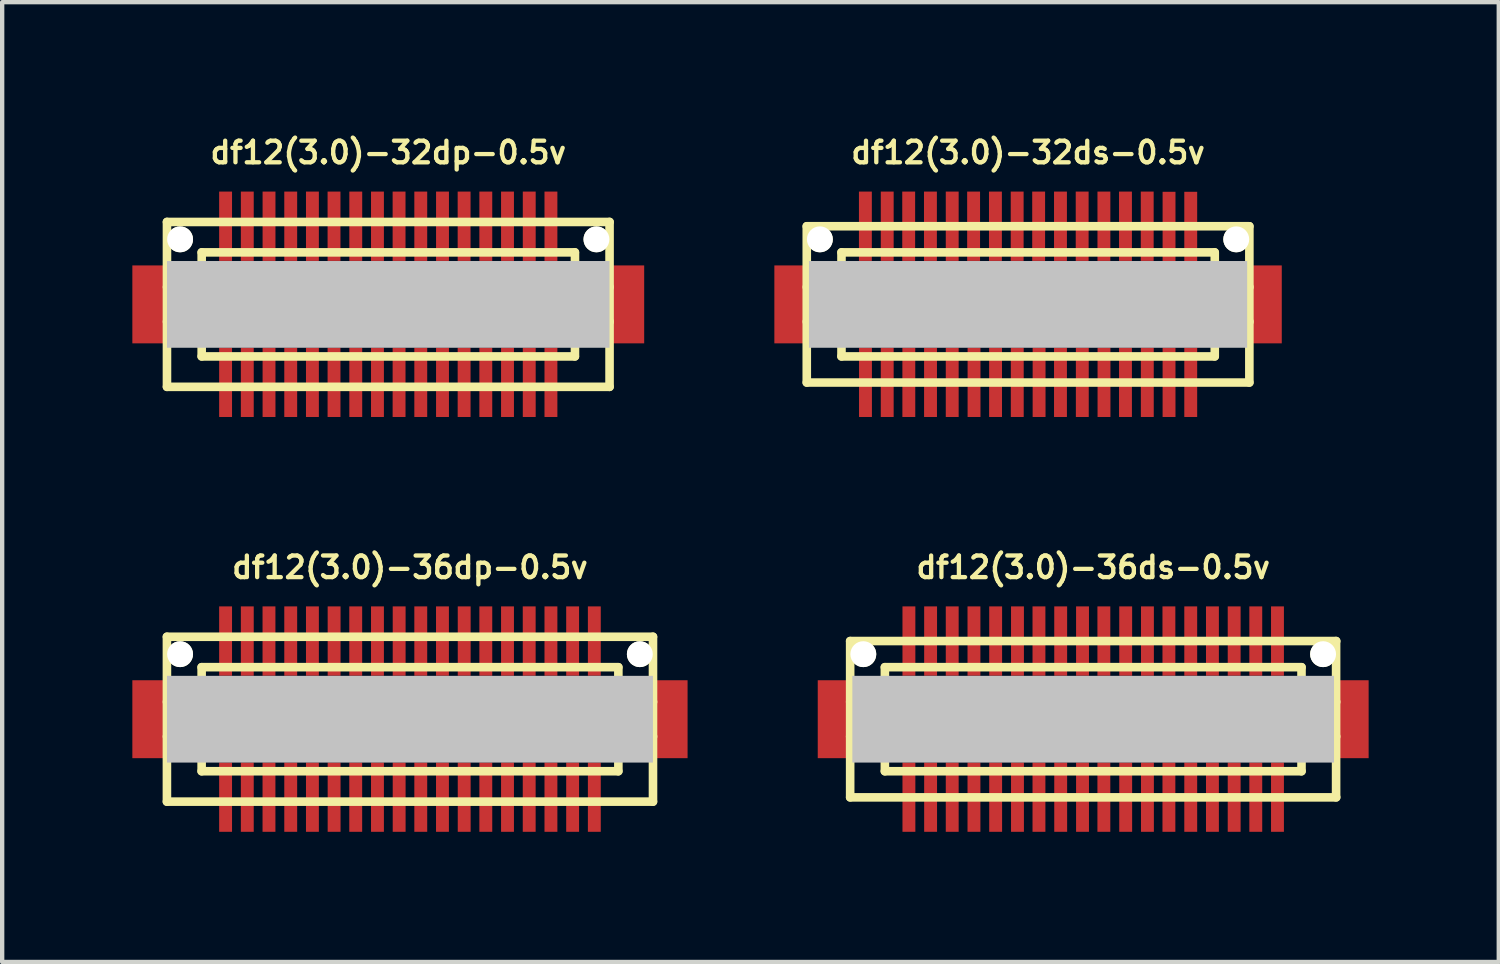
<source format=kicad_pcb>
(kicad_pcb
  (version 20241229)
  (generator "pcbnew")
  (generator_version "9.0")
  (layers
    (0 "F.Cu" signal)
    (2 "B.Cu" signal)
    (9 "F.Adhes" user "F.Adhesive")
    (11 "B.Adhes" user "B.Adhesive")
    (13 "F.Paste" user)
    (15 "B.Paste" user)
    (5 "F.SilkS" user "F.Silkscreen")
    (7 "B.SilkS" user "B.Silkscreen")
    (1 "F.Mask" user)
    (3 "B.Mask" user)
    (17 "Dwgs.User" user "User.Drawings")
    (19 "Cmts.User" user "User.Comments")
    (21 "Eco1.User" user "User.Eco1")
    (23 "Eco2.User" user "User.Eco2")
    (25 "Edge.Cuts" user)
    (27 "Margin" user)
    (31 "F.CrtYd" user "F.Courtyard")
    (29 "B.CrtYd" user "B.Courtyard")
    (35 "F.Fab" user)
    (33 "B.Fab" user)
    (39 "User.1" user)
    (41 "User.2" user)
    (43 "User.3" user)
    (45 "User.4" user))
  (footprint "df12(3.0)-36ds-0.5v"
    (layer "F.Cu")
    (at 22.144 13.525)
    (property "Reference" "df12(3.0)-36ds-0.5v" (at 0 -3.5 0) (layer "F.SilkS") (effects (font (size 0.498 0.498) (thickness 0.099))))
    (attr smd)
    (fp_line (start -5.601 -1.801) (end 5.601 -1.801) (stroke (width 0.198) (type solid)) (layer "F.SilkS"))
    (fp_line (start -5.601 1.801) (end -5.601 -1.801) (stroke (width 0.198) (type solid)) (layer "F.SilkS"))
    (fp_line (start -5.601 1.801) (end 5.601 1.801) (stroke (width 0.198) (type solid)) (layer "F.SilkS"))
    (fp_line (start -4.801 -1.199) (end 4.801 -1.199) (stroke (width 0.198) (type solid)) (layer "F.SilkS"))
    (fp_line (start -4.801 -0.701) (end 4.801 -0.701) (stroke (width 0.198) (type solid)) (layer "F.SilkS"))
    (fp_line (start -4.801 -0.399) (end -5.601 -0.399) (stroke (width 0.198) (type solid)) (layer "F.SilkS"))
    (fp_line (start -4.801 0.399) (end -5.601 0.399) (stroke (width 0.198) (type solid)) (layer "F.SilkS"))
    (fp_line (start -4.801 0.701) (end 4.801 0.701) (stroke (width 0.198) (type solid)) (layer "F.SilkS"))
    (fp_line (start -4.801 1.199) (end -4.801 -1.199) (stroke (width 0.198) (type solid)) (layer "F.SilkS"))
    (fp_line (start -4.801 1.199) (end 4.801 1.199) (stroke (width 0.198) (type solid)) (layer "F.SilkS"))
    (fp_line (start 4.801 -1.199) (end 4.801 1.199) (stroke (width 0.198) (type solid)) (layer "F.SilkS"))
    (fp_line (start 4.801 -0.399) (end 5.601 -0.399) (stroke (width 0.198) (type solid)) (layer "F.SilkS"))
    (fp_line (start 5.598 -1.801) (end 5.598 1.801) (stroke (width 0.198) (type solid)) (layer "F.SilkS"))
    (fp_line (start 5.601 0.399) (end 4.801 0.399) (stroke (width 0.198) (type solid)) (layer "F.SilkS"))
    (pad "" smd rect (at -5.949 0) (size 0.798 1.796) (layers "F.Cu" "F.Mask" "F.Paste"))
    (pad "" np_thru_hole circle (at -5.298 -1.499) (size 0.597 0.597) (drill 0.597) (layers "*.Cu" "*.Mask" "F.SilkS"))
    (pad "" smd rect (at 0 0) (size 11.1 1.999) (layers "Dwgs.User"))
    (pad "" np_thru_hole circle (at 5.298 -1.499) (size 0.597 0.597) (drill 0.597) (layers "*.Cu" "*.Mask" "F.SilkS"))
    (pad "" smd rect (at 5.949 0) (size 0.798 1.796) (layers "F.Cu" "F.Mask" "F.Paste"))
    (pad "1" smd rect (at -4.247 1.796) (size 0.297 1.598) (layers "F.Cu" "F.Mask" "F.Paste"))
    (pad "2" smd rect (at -3.747 1.796) (size 0.297 1.598) (layers "F.Cu" "F.Mask" "F.Paste"))
    (pad "3" smd rect (at -3.249 1.796) (size 0.297 1.598) (layers "F.Cu" "F.Mask" "F.Paste"))
    (pad "4" smd rect (at -2.748 1.796) (size 0.297 1.598) (layers "F.Cu" "F.Mask" "F.Paste"))
    (pad "5" smd rect (at -2.248 1.796) (size 0.297 1.598) (layers "F.Cu" "F.Mask" "F.Paste"))
    (pad "6" smd rect (at -1.745 1.796) (size 0.297 1.598) (layers "F.Cu" "F.Mask" "F.Paste"))
    (pad "7" smd rect (at -1.25 1.796) (size 0.297 1.598) (layers "F.Cu" "F.Mask" "F.Paste"))
    (pad "8" smd rect (at -0.749 1.796) (size 0.297 1.598) (layers "F.Cu" "F.Mask" "F.Paste"))
    (pad "9" smd rect (at -0.246 1.796) (size 0.297 1.598) (layers "F.Cu" "F.Mask" "F.Paste"))
    (pad "10" smd rect (at 0.246 1.796) (size 0.297 1.598) (layers "F.Cu" "F.Mask" "F.Paste"))
    (pad "11" smd rect (at 0.749 1.796) (size 0.297 1.598) (layers "F.Cu" "F.Mask" "F.Paste"))
    (pad "12" smd rect (at 1.25 1.796) (size 0.297 1.598) (layers "F.Cu" "F.Mask" "F.Paste"))
    (pad "13" smd rect (at 1.745 1.796) (size 0.297 1.598) (layers "F.Cu" "F.Mask" "F.Paste"))
    (pad "14" smd rect (at 2.248 1.796) (size 0.297 1.598) (layers "F.Cu" "F.Mask" "F.Paste"))
    (pad "15" smd rect (at 2.748 1.796) (size 0.297 1.598) (layers "F.Cu" "F.Mask" "F.Paste"))
    (pad "16" smd rect (at 3.249 1.796) (size 0.297 1.598) (layers "F.Cu" "F.Mask" "F.Paste"))
    (pad "17" smd rect (at 3.747 1.796) (size 0.297 1.598) (layers "F.Cu" "F.Mask" "F.Paste"))
    (pad "18" smd rect (at 4.247 1.796) (size 0.297 1.598) (layers "F.Cu" "F.Mask" "F.Paste"))
    (pad "19" smd rect (at 4.247 -1.801) (size 0.297 1.598) (layers "F.Cu" "F.Mask" "F.Paste"))
    (pad "20" smd rect (at 3.747 -1.801) (size 0.297 1.598) (layers "F.Cu" "F.Mask" "F.Paste"))
    (pad "21" smd rect (at 3.249 -1.801) (size 0.297 1.598) (layers "F.Cu" "F.Mask" "F.Paste"))
    (pad "22" smd rect (at 2.748 -1.801) (size 0.297 1.598) (layers "F.Cu" "F.Mask" "F.Paste"))
    (pad "23" smd rect (at 2.248 -1.801) (size 0.297 1.598) (layers "F.Cu" "F.Mask" "F.Paste"))
    (pad "24" smd rect (at 1.745 -1.801) (size 0.297 1.598) (layers "F.Cu" "F.Mask" "F.Paste"))
    (pad "25" smd rect (at 1.25 -1.801) (size 0.297 1.598) (layers "F.Cu" "F.Mask" "F.Paste"))
    (pad "26" smd rect (at 0.749 -1.801) (size 0.297 1.598) (layers "F.Cu" "F.Mask" "F.Paste"))
    (pad "27" smd rect (at 0.246 -1.801) (size 0.297 1.598) (layers "F.Cu" "F.Mask" "F.Paste"))
    (pad "28" smd rect (at -0.246 -1.801) (size 0.297 1.598) (layers "F.Cu" "F.Mask" "F.Paste"))
    (pad "29" smd rect (at -0.749 -1.801) (size 0.297 1.598) (layers "F.Cu" "F.Mask" "F.Paste"))
    (pad "30" smd rect (at -1.25 -1.801) (size 0.297 1.598) (layers "F.Cu" "F.Mask" "F.Paste"))
    (pad "31" smd rect (at -1.745 -1.801) (size 0.297 1.598) (layers "F.Cu" "F.Mask" "F.Paste"))
    (pad "32" smd rect (at -2.248 -1.801) (size 0.297 1.598) (layers "F.Cu" "F.Mask" "F.Paste"))
    (pad "33" smd rect (at -2.748 -1.801) (size 0.297 1.598) (layers "F.Cu" "F.Mask" "F.Paste"))
    (pad "34" smd rect (at -3.249 -1.801) (size 0.297 1.598) (layers "F.Cu" "F.Mask" "F.Paste"))
    (pad "35" smd rect (at -3.747 -1.801) (size 0.297 1.598) (layers "F.Cu" "F.Mask" "F.Paste"))
    (pad "36" smd rect (at -4.247 -1.801) (size 0.297 1.598) (layers "F.Cu" "F.Mask" "F.Paste")))
  (footprint "df12(3.0)-32dp-0.5v"
    (layer "F.Cu")
    (at 5.898 3.965)
    (property "Reference" "df12(3.0)-32dp-0.5v" (at 0 -3.5 0) (layer "F.SilkS") (effects (font (size 0.498 0.498) (thickness 0.099))))
    (attr smd)
    (fp_line (start -5.1 -1.9) (end -5.1 1.9) (stroke (width 0.198) (type solid)) (layer "F.SilkS"))
    (fp_line (start -5.1 -1.9) (end 5.1 -1.9) (stroke (width 0.198) (type solid)) (layer "F.SilkS"))
    (fp_line (start -4.3 -0.399) (end -5.1 -0.399) (stroke (width 0.198) (type solid)) (layer "F.SilkS"))
    (fp_line (start -4.3 0.399) (end -5.1 0.399) (stroke (width 0.198) (type solid)) (layer "F.SilkS"))
    (fp_line (start -4.3 1.199) (end -4.3 -1.199) (stroke (width 0.198) (type solid)) (layer "F.SilkS"))
    (fp_line (start -4.3 1.199) (end 4.3 1.199) (stroke (width 0.198) (type solid)) (layer "F.SilkS"))
    (fp_line (start 4.3 -1.199) (end -4.3 -1.199) (stroke (width 0.198) (type solid)) (layer "F.SilkS"))
    (fp_line (start 4.303 -1.199) (end 4.303 1.199) (stroke (width 0.198) (type solid)) (layer "F.SilkS"))
    (fp_line (start 4.303 -0.399) (end 5.103 -0.399) (stroke (width 0.198) (type solid)) (layer "F.SilkS"))
    (fp_line (start 5.1 1.9) (end -5.1 1.9) (stroke (width 0.198) (type solid)) (layer "F.SilkS"))
    (fp_line (start 5.1 1.9) (end 5.1 -1.9) (stroke (width 0.198) (type solid)) (layer "F.SilkS"))
    (fp_line (start 5.103 0.399) (end 4.303 0.399) (stroke (width 0.198) (type solid)) (layer "F.SilkS"))
    (pad "" smd rect (at -5.499 0) (size 0.798 1.796) (layers "F.Cu" "F.Mask" "F.Paste"))
    (pad "" np_thru_hole circle (at -4.798 -1.499) (size 0.597 0.597) (drill 0.597) (layers "*.Cu" "*.Mask" "F.SilkS"))
    (pad "" smd rect (at 0 0) (size 10.198 1.999) (layers "Dwgs.User"))
    (pad "" np_thru_hole circle (at 4.798 -1.499) (size 0.597 0.597) (drill 0.597) (layers "*.Cu" "*.Mask" "F.SilkS"))
    (pad "" smd rect (at 5.499 0) (size 0.798 1.796) (layers "F.Cu" "F.Mask" "F.Paste"))
    (pad "1" smd rect (at 3.749 1.796) (size 0.297 1.598) (layers "F.Cu" "F.Mask" "F.Paste"))
    (pad "2" smd rect (at 3.249 1.796) (size 0.297 1.598) (layers "F.Cu" "F.Mask" "F.Paste"))
    (pad "3" smd rect (at 2.748 1.796) (size 0.297 1.598) (layers "F.Cu" "F.Mask" "F.Paste"))
    (pad "4" smd rect (at 2.248 1.796) (size 0.297 1.598) (layers "F.Cu" "F.Mask" "F.Paste"))
    (pad "5" smd rect (at 1.748 1.796) (size 0.297 1.598) (layers "F.Cu" "F.Mask" "F.Paste"))
    (pad "6" smd rect (at 1.25 1.796) (size 0.297 1.598) (layers "F.Cu" "F.Mask" "F.Paste"))
    (pad "7" smd rect (at 0.749 1.796) (size 0.297 1.598) (layers "F.Cu" "F.Mask" "F.Paste"))
    (pad "8" smd rect (at 0.249 1.796) (size 0.297 1.598) (layers "F.Cu" "F.Mask" "F.Paste"))
    (pad "9" smd rect (at -0.249 1.796) (size 0.297 1.598) (layers "F.Cu" "F.Mask" "F.Paste"))
    (pad "10" smd rect (at -0.749 1.796) (size 0.297 1.598) (layers "F.Cu" "F.Mask" "F.Paste"))
    (pad "11" smd rect (at -1.25 1.796) (size 0.297 1.598) (layers "F.Cu" "F.Mask" "F.Paste"))
    (pad "12" smd rect (at -1.748 1.796) (size 0.297 1.598) (layers "F.Cu" "F.Mask" "F.Paste"))
    (pad "13" smd rect (at -2.248 1.796) (size 0.297 1.598) (layers "F.Cu" "F.Mask" "F.Paste"))
    (pad "14" smd rect (at -2.748 1.796) (size 0.297 1.598) (layers "F.Cu" "F.Mask" "F.Paste"))
    (pad "15" smd rect (at -3.249 1.796) (size 0.297 1.598) (layers "F.Cu" "F.Mask" "F.Paste"))
    (pad "16" smd rect (at -3.749 1.796) (size 0.297 1.598) (layers "F.Cu" "F.Mask" "F.Paste"))
    (pad "17" smd rect (at -3.749 -1.801) (size 0.297 1.598) (layers "F.Cu" "F.Mask" "F.Paste"))
    (pad "18" smd rect (at -3.249 -1.801) (size 0.297 1.598) (layers "F.Cu" "F.Mask" "F.Paste"))
    (pad "19" smd rect (at -2.748 -1.801) (size 0.297 1.598) (layers "F.Cu" "F.Mask" "F.Paste"))
    (pad "20" smd rect (at -2.248 -1.801) (size 0.297 1.598) (layers "F.Cu" "F.Mask" "F.Paste"))
    (pad "21" smd rect (at -1.748 -1.801) (size 0.297 1.598) (layers "F.Cu" "F.Mask" "F.Paste"))
    (pad "22" smd rect (at -1.25 -1.801) (size 0.297 1.598) (layers "F.Cu" "F.Mask" "F.Paste"))
    (pad "23" smd rect (at -0.749 -1.801) (size 0.297 1.598) (layers "F.Cu" "F.Mask" "F.Paste"))
    (pad "24" smd rect (at -0.249 -1.801) (size 0.297 1.598) (layers "F.Cu" "F.Mask" "F.Paste"))
    (pad "25" smd rect (at 0.249 -1.801) (size 0.297 1.598) (layers "F.Cu" "F.Mask" "F.Paste"))
    (pad "26" smd rect (at 0.749 -1.801) (size 0.297 1.598) (layers "F.Cu" "F.Mask" "F.Paste"))
    (pad "27" smd rect (at 1.25 -1.801) (size 0.297 1.598) (layers "F.Cu" "F.Mask" "F.Paste"))
    (pad "28" smd rect (at 1.748 -1.801) (size 0.297 1.598) (layers "F.Cu" "F.Mask" "F.Paste"))
    (pad "29" smd rect (at 2.248 -1.801) (size 0.297 1.598) (layers "F.Cu" "F.Mask" "F.Paste"))
    (pad "30" smd rect (at 2.748 -1.801) (size 0.297 1.598) (layers "F.Cu" "F.Mask" "F.Paste"))
    (pad "31" smd rect (at 3.249 -1.801) (size 0.297 1.598) (layers "F.Cu" "F.Mask" "F.Paste"))
    (pad "32" smd rect (at 3.749 -1.801) (size 0.297 1.598) (layers "F.Cu" "F.Mask" "F.Paste")))
  (footprint "df12(3.0)-36dp-0.5v"
    (layer "F.Cu")
    (at 6.398 13.525)
    (property "Reference" "df12(3.0)-36dp-0.5v" (at 0 -3.5 0) (layer "F.SilkS") (effects (font (size 0.498 0.498) (thickness 0.099))))
    (attr smd)
    (fp_line (start -5.601 -1.9) (end -5.601 1.9) (stroke (width 0.198) (type solid)) (layer "F.SilkS"))
    (fp_line (start -5.601 -1.9) (end 5.601 -1.9) (stroke (width 0.198) (type solid)) (layer "F.SilkS"))
    (fp_line (start -4.801 -0.399) (end -5.601 -0.399) (stroke (width 0.198) (type solid)) (layer "F.SilkS"))
    (fp_line (start -4.801 0.399) (end -5.601 0.399) (stroke (width 0.198) (type solid)) (layer "F.SilkS"))
    (fp_line (start -4.801 1.199) (end -4.801 -1.199) (stroke (width 0.198) (type solid)) (layer "F.SilkS"))
    (fp_line (start -4.801 1.199) (end 4.801 1.199) (stroke (width 0.198) (type solid)) (layer "F.SilkS"))
    (fp_line (start 4.801 -1.199) (end -4.801 -1.199) (stroke (width 0.198) (type solid)) (layer "F.SilkS"))
    (fp_line (start 4.803 -1.199) (end 4.803 1.199) (stroke (width 0.198) (type solid)) (layer "F.SilkS"))
    (fp_line (start 4.803 -0.399) (end 5.603 -0.399) (stroke (width 0.198) (type solid)) (layer "F.SilkS"))
    (fp_line (start 5.601 1.9) (end -5.601 1.9) (stroke (width 0.198) (type solid)) (layer "F.SilkS"))
    (fp_line (start 5.601 1.9) (end 5.601 -1.9) (stroke (width 0.198) (type solid)) (layer "F.SilkS"))
    (fp_line (start 5.603 0.399) (end 4.803 0.399) (stroke (width 0.198) (type solid)) (layer "F.SilkS"))
    (pad "" smd rect (at -5.999 0) (size 0.798 1.796) (layers "F.Cu" "F.Mask" "F.Paste"))
    (pad "" np_thru_hole circle (at -5.298 -1.499) (size 0.597 0.597) (drill 0.597) (layers "*.Cu" "*.Mask" "F.SilkS"))
    (pad "" smd rect (at 0 0) (size 11.199 1.999) (layers "Dwgs.User"))
    (pad "" np_thru_hole circle (at 5.298 -1.499) (size 0.597 0.597) (drill 0.597) (layers "*.Cu" "*.Mask" "F.SilkS"))
    (pad "" smd rect (at 5.999 0) (size 0.798 1.796) (layers "F.Cu" "F.Mask" "F.Paste"))
    (pad "1" smd rect (at 4.249 1.796) (size 0.297 1.598) (layers "F.Cu" "F.Mask" "F.Paste"))
    (pad "2" smd rect (at 3.749 1.796) (size 0.297 1.598) (layers "F.Cu" "F.Mask" "F.Paste"))
    (pad "3" smd rect (at 3.249 1.796) (size 0.297 1.598) (layers "F.Cu" "F.Mask" "F.Paste"))
    (pad "4" smd rect (at 2.748 1.796) (size 0.297 1.598) (layers "F.Cu" "F.Mask" "F.Paste"))
    (pad "5" smd rect (at 2.248 1.796) (size 0.297 1.598) (layers "F.Cu" "F.Mask" "F.Paste"))
    (pad "6" smd rect (at 1.748 1.796) (size 0.297 1.598) (layers "F.Cu" "F.Mask" "F.Paste"))
    (pad "7" smd rect (at 1.25 1.796) (size 0.297 1.598) (layers "F.Cu" "F.Mask" "F.Paste"))
    (pad "8" smd rect (at 0.749 1.796) (size 0.297 1.598) (layers "F.Cu" "F.Mask" "F.Paste"))
    (pad "9" smd rect (at 0.249 1.796) (size 0.297 1.598) (layers "F.Cu" "F.Mask" "F.Paste"))
    (pad "10" smd rect (at -0.249 1.796) (size 0.297 1.598) (layers "F.Cu" "F.Mask" "F.Paste"))
    (pad "11" smd rect (at -0.749 1.796) (size 0.297 1.598) (layers "F.Cu" "F.Mask" "F.Paste"))
    (pad "12" smd rect (at -1.25 1.796) (size 0.297 1.598) (layers "F.Cu" "F.Mask" "F.Paste"))
    (pad "13" smd rect (at -1.748 1.796) (size 0.297 1.598) (layers "F.Cu" "F.Mask" "F.Paste"))
    (pad "14" smd rect (at -2.248 1.796) (size 0.297 1.598) (layers "F.Cu" "F.Mask" "F.Paste"))
    (pad "15" smd rect (at -2.748 1.796) (size 0.297 1.598) (layers "F.Cu" "F.Mask" "F.Paste"))
    (pad "16" smd rect (at -3.249 1.796) (size 0.297 1.598) (layers "F.Cu" "F.Mask" "F.Paste"))
    (pad "17" smd rect (at -3.749 1.796) (size 0.297 1.598) (layers "F.Cu" "F.Mask" "F.Paste"))
    (pad "18" smd rect (at -4.249 1.796) (size 0.297 1.598) (layers "F.Cu" "F.Mask" "F.Paste"))
    (pad "19" smd rect (at -4.249 -1.801) (size 0.297 1.598) (layers "F.Cu" "F.Mask" "F.Paste"))
    (pad "20" smd rect (at -3.749 -1.801) (size 0.297 1.598) (layers "F.Cu" "F.Mask" "F.Paste"))
    (pad "21" smd rect (at -3.249 -1.801) (size 0.297 1.598) (layers "F.Cu" "F.Mask" "F.Paste"))
    (pad "22" smd rect (at -2.748 -1.801) (size 0.297 1.598) (layers "F.Cu" "F.Mask" "F.Paste"))
    (pad "23" smd rect (at -2.248 -1.801) (size 0.297 1.598) (layers "F.Cu" "F.Mask" "F.Paste"))
    (pad "24" smd rect (at -1.748 -1.801) (size 0.297 1.598) (layers "F.Cu" "F.Mask" "F.Paste"))
    (pad "25" smd rect (at -1.25 -1.801) (size 0.297 1.598) (layers "F.Cu" "F.Mask" "F.Paste"))
    (pad "26" smd rect (at -0.749 -1.801) (size 0.297 1.598) (layers "F.Cu" "F.Mask" "F.Paste"))
    (pad "27" smd rect (at -0.249 -1.801) (size 0.297 1.598) (layers "F.Cu" "F.Mask" "F.Paste"))
    (pad "28" smd rect (at 0.249 -1.801) (size 0.297 1.598) (layers "F.Cu" "F.Mask" "F.Paste"))
    (pad "29" smd rect (at 0.749 -1.801) (size 0.297 1.598) (layers "F.Cu" "F.Mask" "F.Paste"))
    (pad "30" smd rect (at 1.25 -1.801) (size 0.297 1.598) (layers "F.Cu" "F.Mask" "F.Paste"))
    (pad "31" smd rect (at 1.748 -1.801) (size 0.297 1.598) (layers "F.Cu" "F.Mask" "F.Paste"))
    (pad "32" smd rect (at 2.248 -1.801) (size 0.297 1.598) (layers "F.Cu" "F.Mask" "F.Paste"))
    (pad "33" smd rect (at 2.748 -1.801) (size 0.297 1.598) (layers "F.Cu" "F.Mask" "F.Paste"))
    (pad "34" smd rect (at 3.249 -1.801) (size 0.297 1.598) (layers "F.Cu" "F.Mask" "F.Paste"))
    (pad "35" smd rect (at 3.749 -1.801) (size 0.297 1.598) (layers "F.Cu" "F.Mask" "F.Paste"))
    (pad "36" smd rect (at 4.249 -1.801) (size 0.297 1.598) (layers "F.Cu" "F.Mask" "F.Paste")))
  (footprint "df12(3.0)-32ds-0.5v"
    (layer "F.Cu")
    (at 20.643 3.965)
    (property "Reference" "df12(3.0)-32ds-0.5v" (at 0 -3.5 0) (layer "F.SilkS") (effects (font (size 0.498 0.498) (thickness 0.099))))
    (attr smd)
    (fp_line (start -5.1 -1.801) (end 5.1 -1.801) (stroke (width 0.198) (type solid)) (layer "F.SilkS"))
    (fp_line (start -5.1 1.801) (end -5.1 -1.801) (stroke (width 0.198) (type solid)) (layer "F.SilkS"))
    (fp_line (start -4.3 -1.199) (end 4.3 -1.199) (stroke (width 0.198) (type solid)) (layer "F.SilkS"))
    (fp_line (start -4.3 -0.399) (end -5.1 -0.399) (stroke (width 0.198) (type solid)) (layer "F.SilkS"))
    (fp_line (start -4.3 0.399) (end -5.1 0.399) (stroke (width 0.198) (type solid)) (layer "F.SilkS"))
    (fp_line (start -4.3 0.701) (end 4.3 0.701) (stroke (width 0.198) (type solid)) (layer "F.SilkS"))
    (fp_line (start -4.3 1.199) (end -4.3 -1.199) (stroke (width 0.198) (type solid)) (layer "F.SilkS"))
    (fp_line (start 4.3 -0.701) (end -4.3 -0.701) (stroke (width 0.198) (type solid)) (layer "F.SilkS"))
    (fp_line (start 4.3 1.199) (end -4.3 1.199) (stroke (width 0.198) (type solid)) (layer "F.SilkS"))
    (fp_line (start 4.303 -1.199) (end 4.303 1.199) (stroke (width 0.198) (type solid)) (layer "F.SilkS"))
    (fp_line (start 4.303 -0.399) (end 5.103 -0.399) (stroke (width 0.198) (type solid)) (layer "F.SilkS"))
    (fp_line (start 5.1 -1.801) (end 5.1 1.801) (stroke (width 0.198) (type solid)) (layer "F.SilkS"))
    (fp_line (start 5.1 1.801) (end -5.1 1.801) (stroke (width 0.198) (type solid)) (layer "F.SilkS"))
    (fp_line (start 5.103 0.399) (end 4.303 0.399) (stroke (width 0.198) (type solid)) (layer "F.SilkS"))
    (pad "" smd rect (at -5.448 0) (size 0.798 1.796) (layers "F.Cu" "F.Mask" "F.Paste"))
    (pad "" np_thru_hole circle (at -4.798 -1.499) (size 0.597 0.597) (drill 0.597) (layers "*.Cu" "*.Mask" "F.SilkS"))
    (pad "" smd rect (at 0 0) (size 10.099 1.999) (layers "Dwgs.User"))
    (pad "" np_thru_hole circle (at 4.798 -1.499) (size 0.597 0.597) (drill 0.597) (layers "*.Cu" "*.Mask" "F.SilkS"))
    (pad "" smd rect (at 5.448 0) (size 0.798 1.796) (layers "F.Cu" "F.Mask" "F.Paste"))
    (pad "1" smd rect (at -3.747 1.796) (size 0.297 1.598) (layers "F.Cu" "F.Mask" "F.Paste"))
    (pad "2" smd rect (at -3.246 1.796) (size 0.297 1.598) (layers "F.Cu" "F.Mask" "F.Paste"))
    (pad "3" smd rect (at -2.748 1.796) (size 0.297 1.598) (layers "F.Cu" "F.Mask" "F.Paste"))
    (pad "4" smd rect (at -2.248 1.796) (size 0.297 1.598) (layers "F.Cu" "F.Mask" "F.Paste"))
    (pad "5" smd rect (at -1.748 1.796) (size 0.297 1.598) (layers "F.Cu" "F.Mask" "F.Paste"))
    (pad "6" smd rect (at -1.245 1.796) (size 0.297 1.598) (layers "F.Cu" "F.Mask" "F.Paste"))
    (pad "7" smd rect (at -0.749 1.796) (size 0.297 1.598) (layers "F.Cu" "F.Mask" "F.Paste"))
    (pad "8" smd rect (at -0.249 1.796) (size 0.297 1.598) (layers "F.Cu" "F.Mask" "F.Paste"))
    (pad "9" smd rect (at 0.254 1.796) (size 0.297 1.598) (layers "F.Cu" "F.Mask" "F.Paste"))
    (pad "10" smd rect (at 0.747 1.796) (size 0.297 1.598) (layers "F.Cu" "F.Mask" "F.Paste"))
    (pad "11" smd rect (at 1.25 1.796) (size 0.297 1.598) (layers "F.Cu" "F.Mask" "F.Paste"))
    (pad "12" smd rect (at 1.75 1.796) (size 0.297 1.598) (layers "F.Cu" "F.Mask" "F.Paste"))
    (pad "13" smd rect (at 2.245 1.796) (size 0.297 1.598) (layers "F.Cu" "F.Mask" "F.Paste"))
    (pad "14" smd rect (at 2.748 1.796) (size 0.297 1.598) (layers "F.Cu" "F.Mask" "F.Paste"))
    (pad "15" smd rect (at 3.249 1.796) (size 0.297 1.598) (layers "F.Cu" "F.Mask" "F.Paste"))
    (pad "16" smd rect (at 3.749 1.796) (size 0.297 1.598) (layers "F.Cu" "F.Mask" "F.Paste"))
    (pad "17" smd rect (at 3.749 -1.796) (size 0.297 1.598) (layers "F.Cu" "F.Mask" "F.Paste"))
    (pad "18" smd rect (at 3.249 -1.796) (size 0.297 1.598) (layers "F.Cu" "F.Mask" "F.Paste"))
    (pad "19" smd rect (at 2.746 -1.801) (size 0.297 1.598) (layers "F.Cu" "F.Mask" "F.Paste"))
    (pad "20" smd rect (at 2.245 -1.801) (size 0.297 1.598) (layers "F.Cu" "F.Mask" "F.Paste"))
    (pad "21" smd rect (at 1.748 -1.801) (size 0.297 1.598) (layers "F.Cu" "F.Mask" "F.Paste"))
    (pad "22" smd rect (at 1.247 -1.801) (size 0.297 1.598) (layers "F.Cu" "F.Mask" "F.Paste"))
    (pad "23" smd rect (at 0.747 -1.801) (size 0.297 1.598) (layers "F.Cu" "F.Mask" "F.Paste"))
    (pad "24" smd rect (at 0.244 -1.801) (size 0.297 1.598) (layers "F.Cu" "F.Mask" "F.Paste"))
    (pad "25" smd rect (at -0.251 -1.801) (size 0.297 1.598) (layers "F.Cu" "F.Mask" "F.Paste"))
    (pad "26" smd rect (at -0.752 -1.801) (size 0.297 1.598) (layers "F.Cu" "F.Mask" "F.Paste"))
    (pad "27" smd rect (at -1.255 -1.801) (size 0.297 1.598) (layers "F.Cu" "F.Mask" "F.Paste"))
    (pad "28" smd rect (at -1.748 -1.801) (size 0.297 1.598) (layers "F.Cu" "F.Mask" "F.Paste"))
    (pad "29" smd rect (at -2.25 -1.801) (size 0.297 1.598) (layers "F.Cu" "F.Mask" "F.Paste"))
    (pad "30" smd rect (at -2.751 -1.801) (size 0.297 1.598) (layers "F.Cu" "F.Mask" "F.Paste"))
    (pad "31" smd rect (at -3.246 -1.801) (size 0.297 1.598) (layers "F.Cu" "F.Mask" "F.Paste"))
    (pad "32" smd rect (at -3.749 -1.801) (size 0.297 1.598) (layers "F.Cu" "F.Mask" "F.Paste")))
  (gr_rect
    (start -3 -3)
    (end 31.491 19.12)
    (stroke (width 0.1) (type default))
    (fill no)
    (layer "Edge.Cuts")))
</source>
